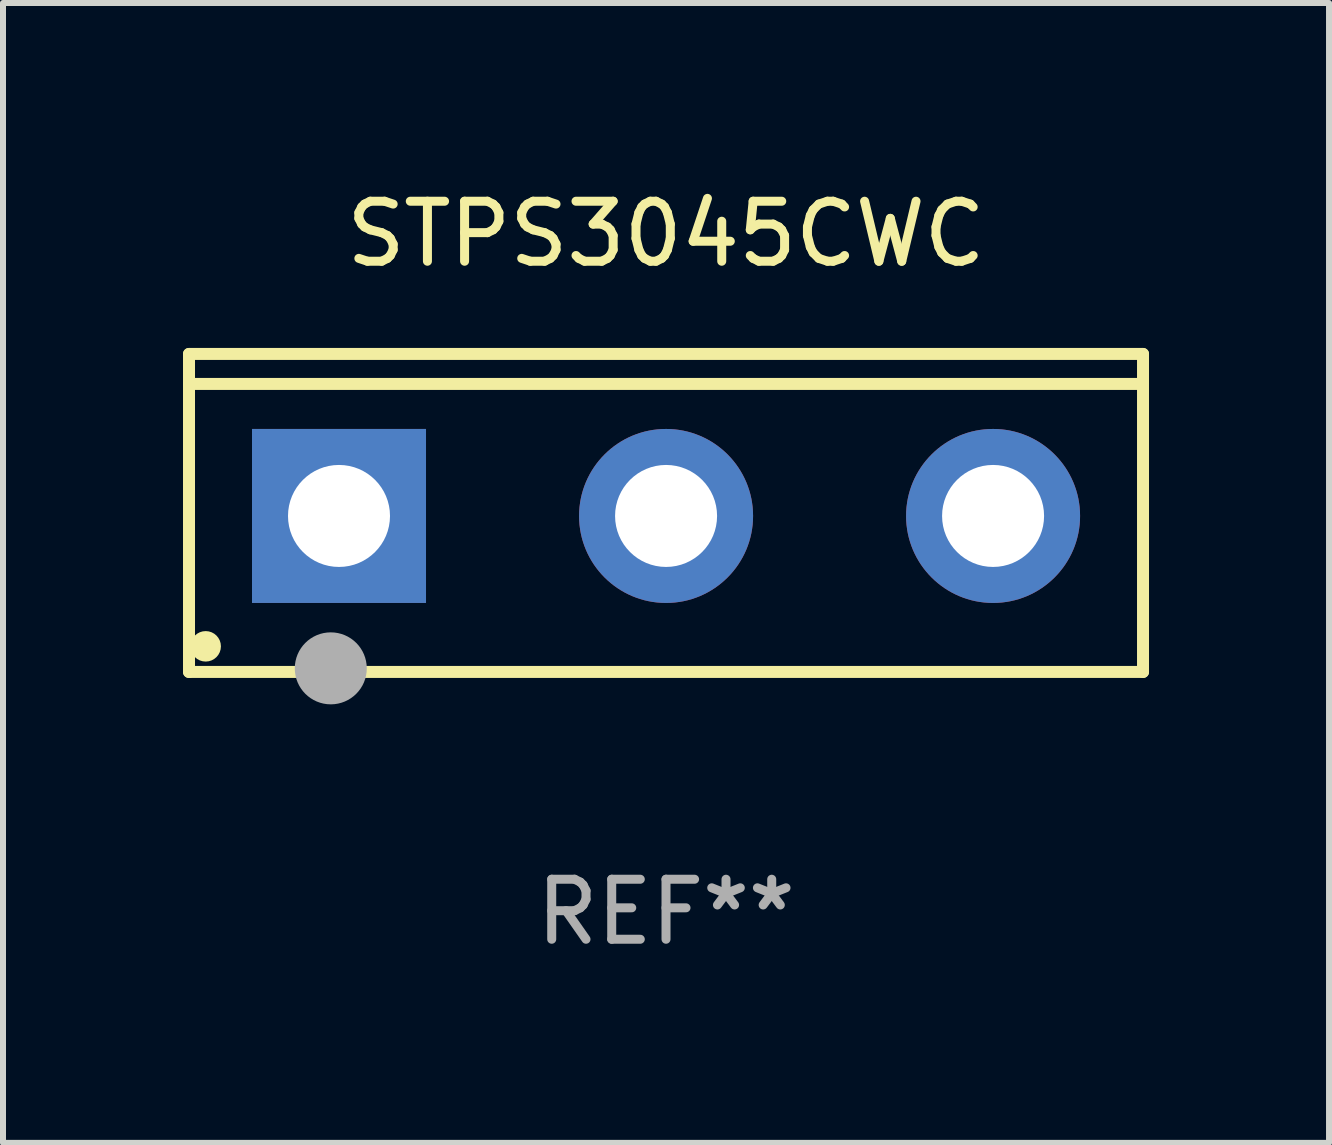
<source format=kicad_pcb>
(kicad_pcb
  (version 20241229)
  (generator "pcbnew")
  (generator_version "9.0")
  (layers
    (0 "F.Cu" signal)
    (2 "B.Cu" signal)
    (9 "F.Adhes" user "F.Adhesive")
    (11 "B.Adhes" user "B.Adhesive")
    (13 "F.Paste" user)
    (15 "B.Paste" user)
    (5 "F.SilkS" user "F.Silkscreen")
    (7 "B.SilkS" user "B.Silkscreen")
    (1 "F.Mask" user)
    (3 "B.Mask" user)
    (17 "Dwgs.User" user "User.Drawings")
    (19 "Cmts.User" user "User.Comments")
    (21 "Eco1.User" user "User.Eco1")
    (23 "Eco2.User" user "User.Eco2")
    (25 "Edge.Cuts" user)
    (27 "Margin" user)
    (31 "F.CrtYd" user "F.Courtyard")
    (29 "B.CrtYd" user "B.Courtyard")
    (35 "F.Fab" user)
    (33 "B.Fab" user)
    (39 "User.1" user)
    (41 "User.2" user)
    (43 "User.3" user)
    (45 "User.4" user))
  (footprint "STPS3045CWC"
    (layer "F.Cu")
    (at 8.05 5.499)
    (property "Reference" "STPS3045CWC" (at 0 -4.65 0) (layer "F.SilkS") (effects (font (size 1 1) (thickness 0.15))))
    (attr through_hole)
    (fp_line (start -7.95 -2.65) (end -7.95 2.65) (stroke (width 0.2) (type solid)) (layer "F.SilkS"))
    (fp_line (start -7.95 -2.15) (end 7.95 -2.15) (stroke (width 0.2) (type solid)) (layer "F.SilkS"))
    (fp_line (start -7.95 2.65) (end 7.95 2.65) (stroke (width 0.2) (type solid)) (layer "F.SilkS"))
    (fp_line (start 7.95 -2.65) (end -7.95 -2.65) (stroke (width 0.2) (type solid)) (layer "F.SilkS"))
    (fp_line (start 7.95 2.65) (end 7.95 -2.65) (stroke (width 0.2) (type solid)) (layer "F.SilkS"))
    (fp_circle (center -7.672 2.223) (end -7.545 2.223) (stroke (width 0.254) (type solid)) (fill no) (layer "F.SilkS"))
    (fp_circle (center -5.587 2.59) (end -5.287 2.59) (stroke (width 0.6) (type solid)) (fill no) (layer "F.Fab"))
    (fp_text user "REF**" (at 0 6.65 0) (layer "F.Fab") (effects (font (size 1 1) (thickness 0.15))))
    (pad "1" thru_hole rect (at -5.45 0.05) (size 2.9 2.9) (drill 1.7) (layers "*.Cu" "*.Mask"))
    (pad "2" thru_hole circle (at 0.001 0.05) (size 2.9 2.9) (drill 1.7) (layers "*.Cu" "*.Mask"))
    (pad "3" thru_hole circle (at 5.451 0.05) (size 2.9 2.9) (drill 1.7) (layers "*.Cu" "*.Mask")))
  (gr_rect
    (start -3 -3)
    (end 19.1 15.997)
    (stroke (width 0.1) (type default))
    (fill no)
    (layer "Edge.Cuts")))
</source>
